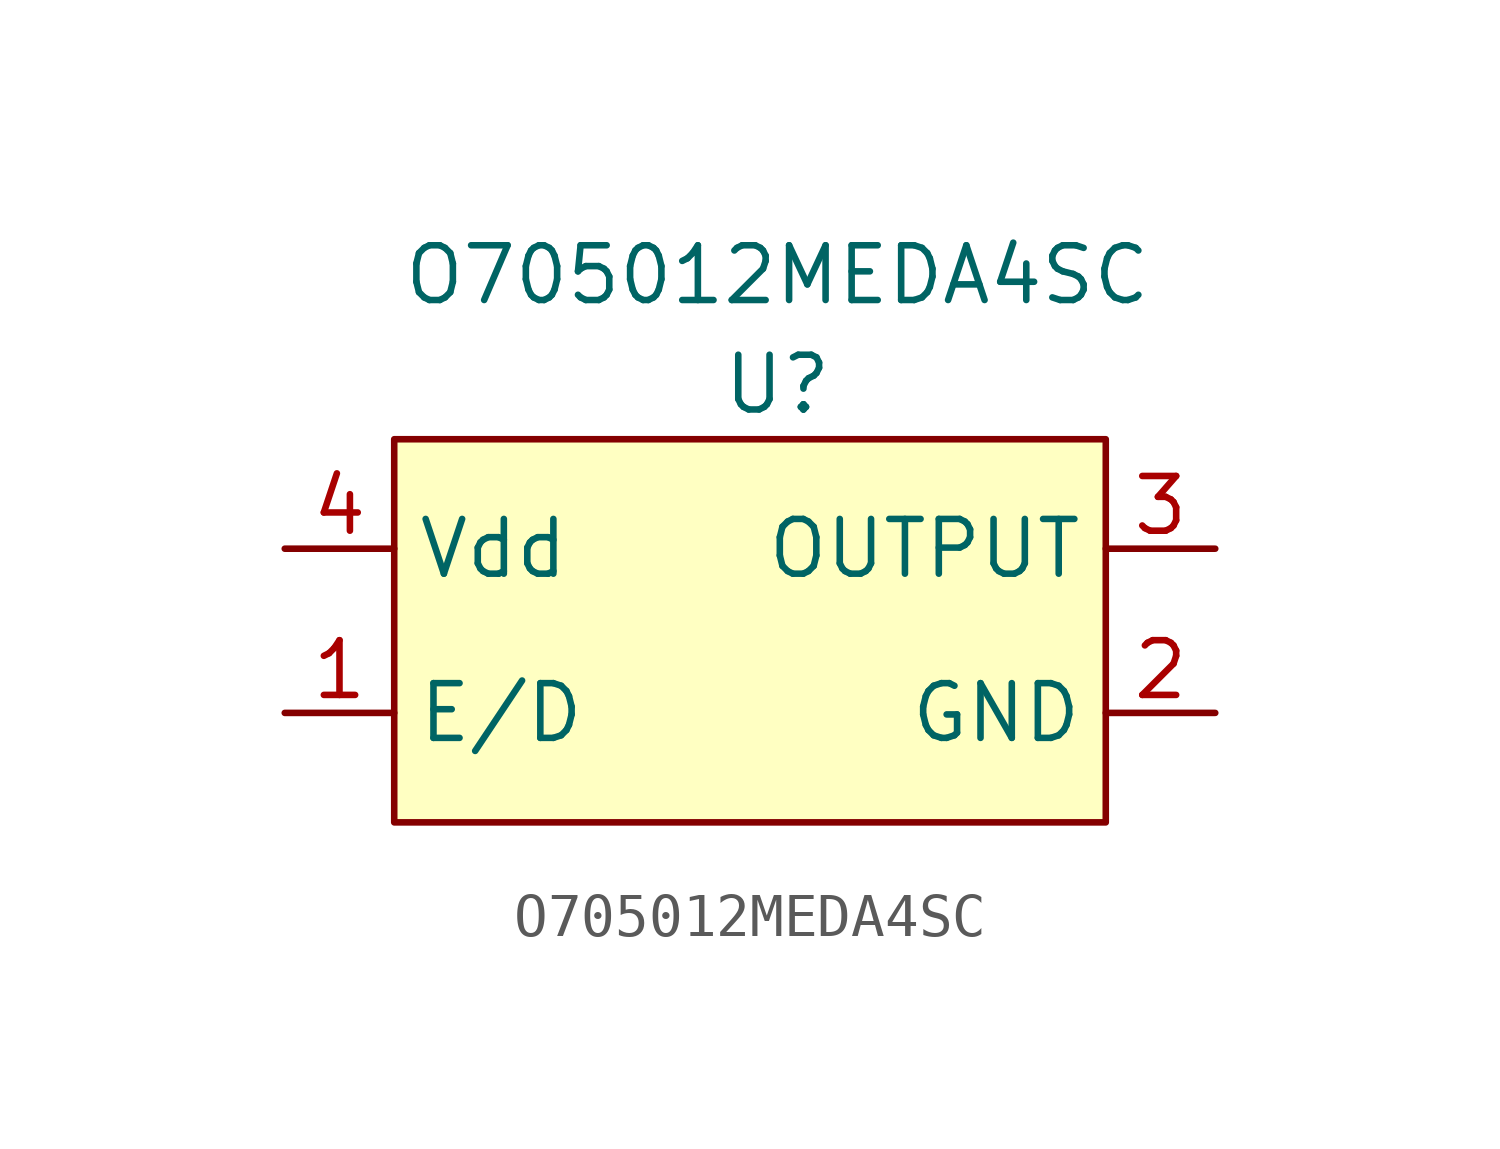
<source format=kicad_sym>
(kicad_symbol_lib
  (version 20211014)
  (generator kicad_symbol_editor)
  (symbol "O705012MEDA4SC"
    (property "Reference" "U"
      (at 0 0 0)
      (effects (font (size 1.27 1.27))))
    (property "Value" "O705012MEDA4SC"
      (at 0 2.54 0)
      (effects (font (size 1.27 1.27))))
    (symbol "O705012MEDA4SC_0_1"
      (rectangle (start -8.89 -1.27) (end 7.62 -10.16) (stroke (width 0) (type default) (color 0 0 0 0)) (fill (type background))))
    (symbol "O705012MEDA4SC_1_1"
      (pin input line (at -11.43 -7.62 0) (length 2.54) (name "E/D" (effects (font (size 1.27 1.27)))) (number "1" (effects (font (size 1.27 1.27)))))
      (pin power_out line (at 10.16 -7.62 180) (length 2.54) (name "GND" (effects (font (size 1.27 1.27)))) (number "2" (effects (font (size 1.27 1.27)))))
      (pin output line (at 10.16 -3.81 180) (length 2.54) (name "OUTPUT" (effects (font (size 1.27 1.27)))) (number "3" (effects (font (size 1.27 1.27)))))
      (pin power_in line (at -11.43 -3.81 0) (length 2.54) (name "Vdd" (effects (font (size 1.27 1.27)))) (number "4" (effects (font (size 1.27 1.27))))))))
</source>
